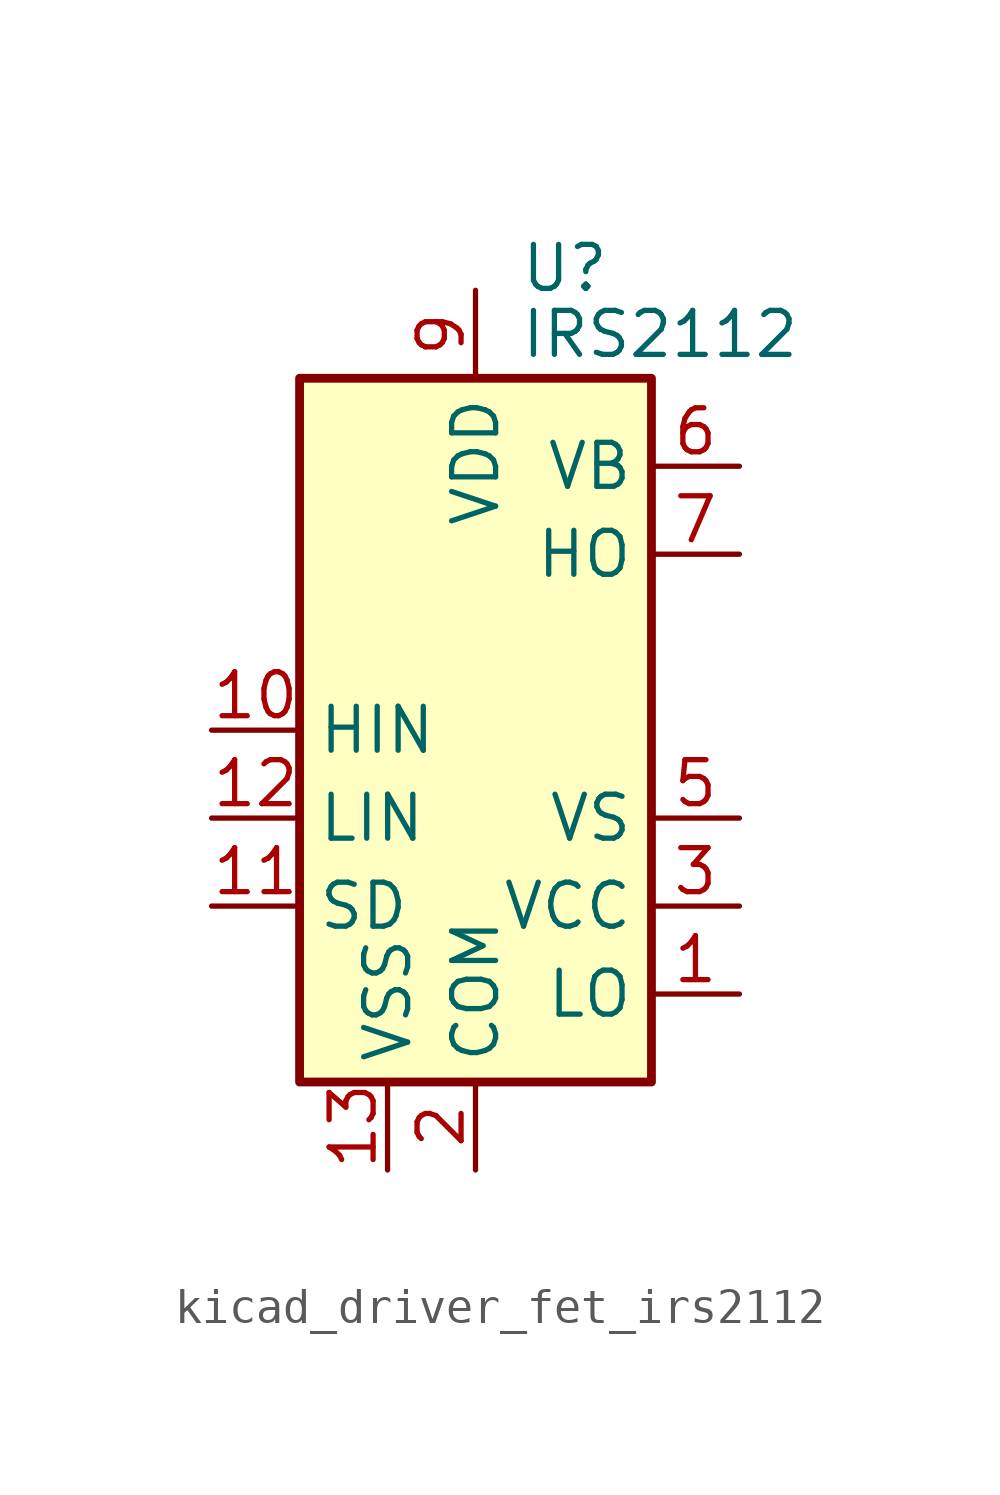
<source format=kicad_sym>
(kicad_symbol_lib
  (version 20220914)
  (generator kicad_symbol_editor)
  (symbol "kicad_driver_fet_irs2112"
    (property "Reference" "U"
      (at 1.27 13.335 0)
      (effects (font (size 1.27 1.27)) (justify left)))
    (property "Value" "IRS2112"
      (at 1.27 11.43 0)
      (effects (font (size 1.27 1.27)) (justify left)))
    (symbol "kicad_driver_fet_irs2112_0_1"
      (rectangle (start -5.08 -10.16) (end 5.08 10.16) (stroke (width 0.254) (type default)) (fill (type background))))
    (symbol "kicad_driver_fet_irs2112_1_1"
      (pin output line (at 7.62 -7.62 180) (length 2.54) (name "LO" (effects (font (size 1.27 1.27)))) (number "1" (effects (font (size 1.27 1.27)))))
      (pin input line (at -7.62 0 0) (length 2.54) (name "HIN" (effects (font (size 1.27 1.27)))) (number "10" (effects (font (size 1.27 1.27)))))
      (pin input line (at -7.62 -5.08 0) (length 2.54) (name "SD" (effects (font (size 1.27 1.27)))) (number "11" (effects (font (size 1.27 1.27)))))
      (pin input line (at -7.62 -2.54 0) (length 2.54) (name "LIN" (effects (font (size 1.27 1.27)))) (number "12" (effects (font (size 1.27 1.27)))))
      (pin power_in line (at -2.54 -12.7 90) (length 2.54) (name "VSS" (effects (font (size 1.27 1.27)))) (number "13" (effects (font (size 1.27 1.27)))))
      (pin no_connect line (at -5.08 2.54 0) (length 2.54) hide (name "NC" (effects (font (size 1.27 1.27)))) (number "14" (effects (font (size 1.27 1.27)))))
      (pin power_in line (at 0 -12.7 90) (length 2.54) (name "COM" (effects (font (size 1.27 1.27)))) (number "2" (effects (font (size 1.27 1.27)))))
      (pin power_in line (at 7.62 -5.08 180) (length 2.54) (name "VCC" (effects (font (size 1.27 1.27)))) (number "3" (effects (font (size 1.27 1.27)))))
      (pin no_connect line (at -5.08 7.62 0) (length 2.54) hide (name "NC" (effects (font (size 1.27 1.27)))) (number "4" (effects (font (size 1.27 1.27)))))
      (pin passive line (at 7.62 -2.54 180) (length 2.54) (name "VS" (effects (font (size 1.27 1.27)))) (number "5" (effects (font (size 1.27 1.27)))))
      (pin passive line (at 7.62 7.62 180) (length 2.54) (name "VB" (effects (font (size 1.27 1.27)))) (number "6" (effects (font (size 1.27 1.27)))))
      (pin output line (at 7.62 5.08 180) (length 2.54) (name "HO" (effects (font (size 1.27 1.27)))) (number "7" (effects (font (size 1.27 1.27)))))
      (pin no_connect line (at -5.08 5.08 0) (length 2.54) hide (name "NC" (effects (font (size 1.27 1.27)))) (number "8" (effects (font (size 1.27 1.27)))))
      (pin power_in line (at 0 12.7 270) (length 2.54) (name "VDD" (effects (font (size 1.27 1.27)))) (number "9" (effects (font (size 1.27 1.27))))))))
</source>
